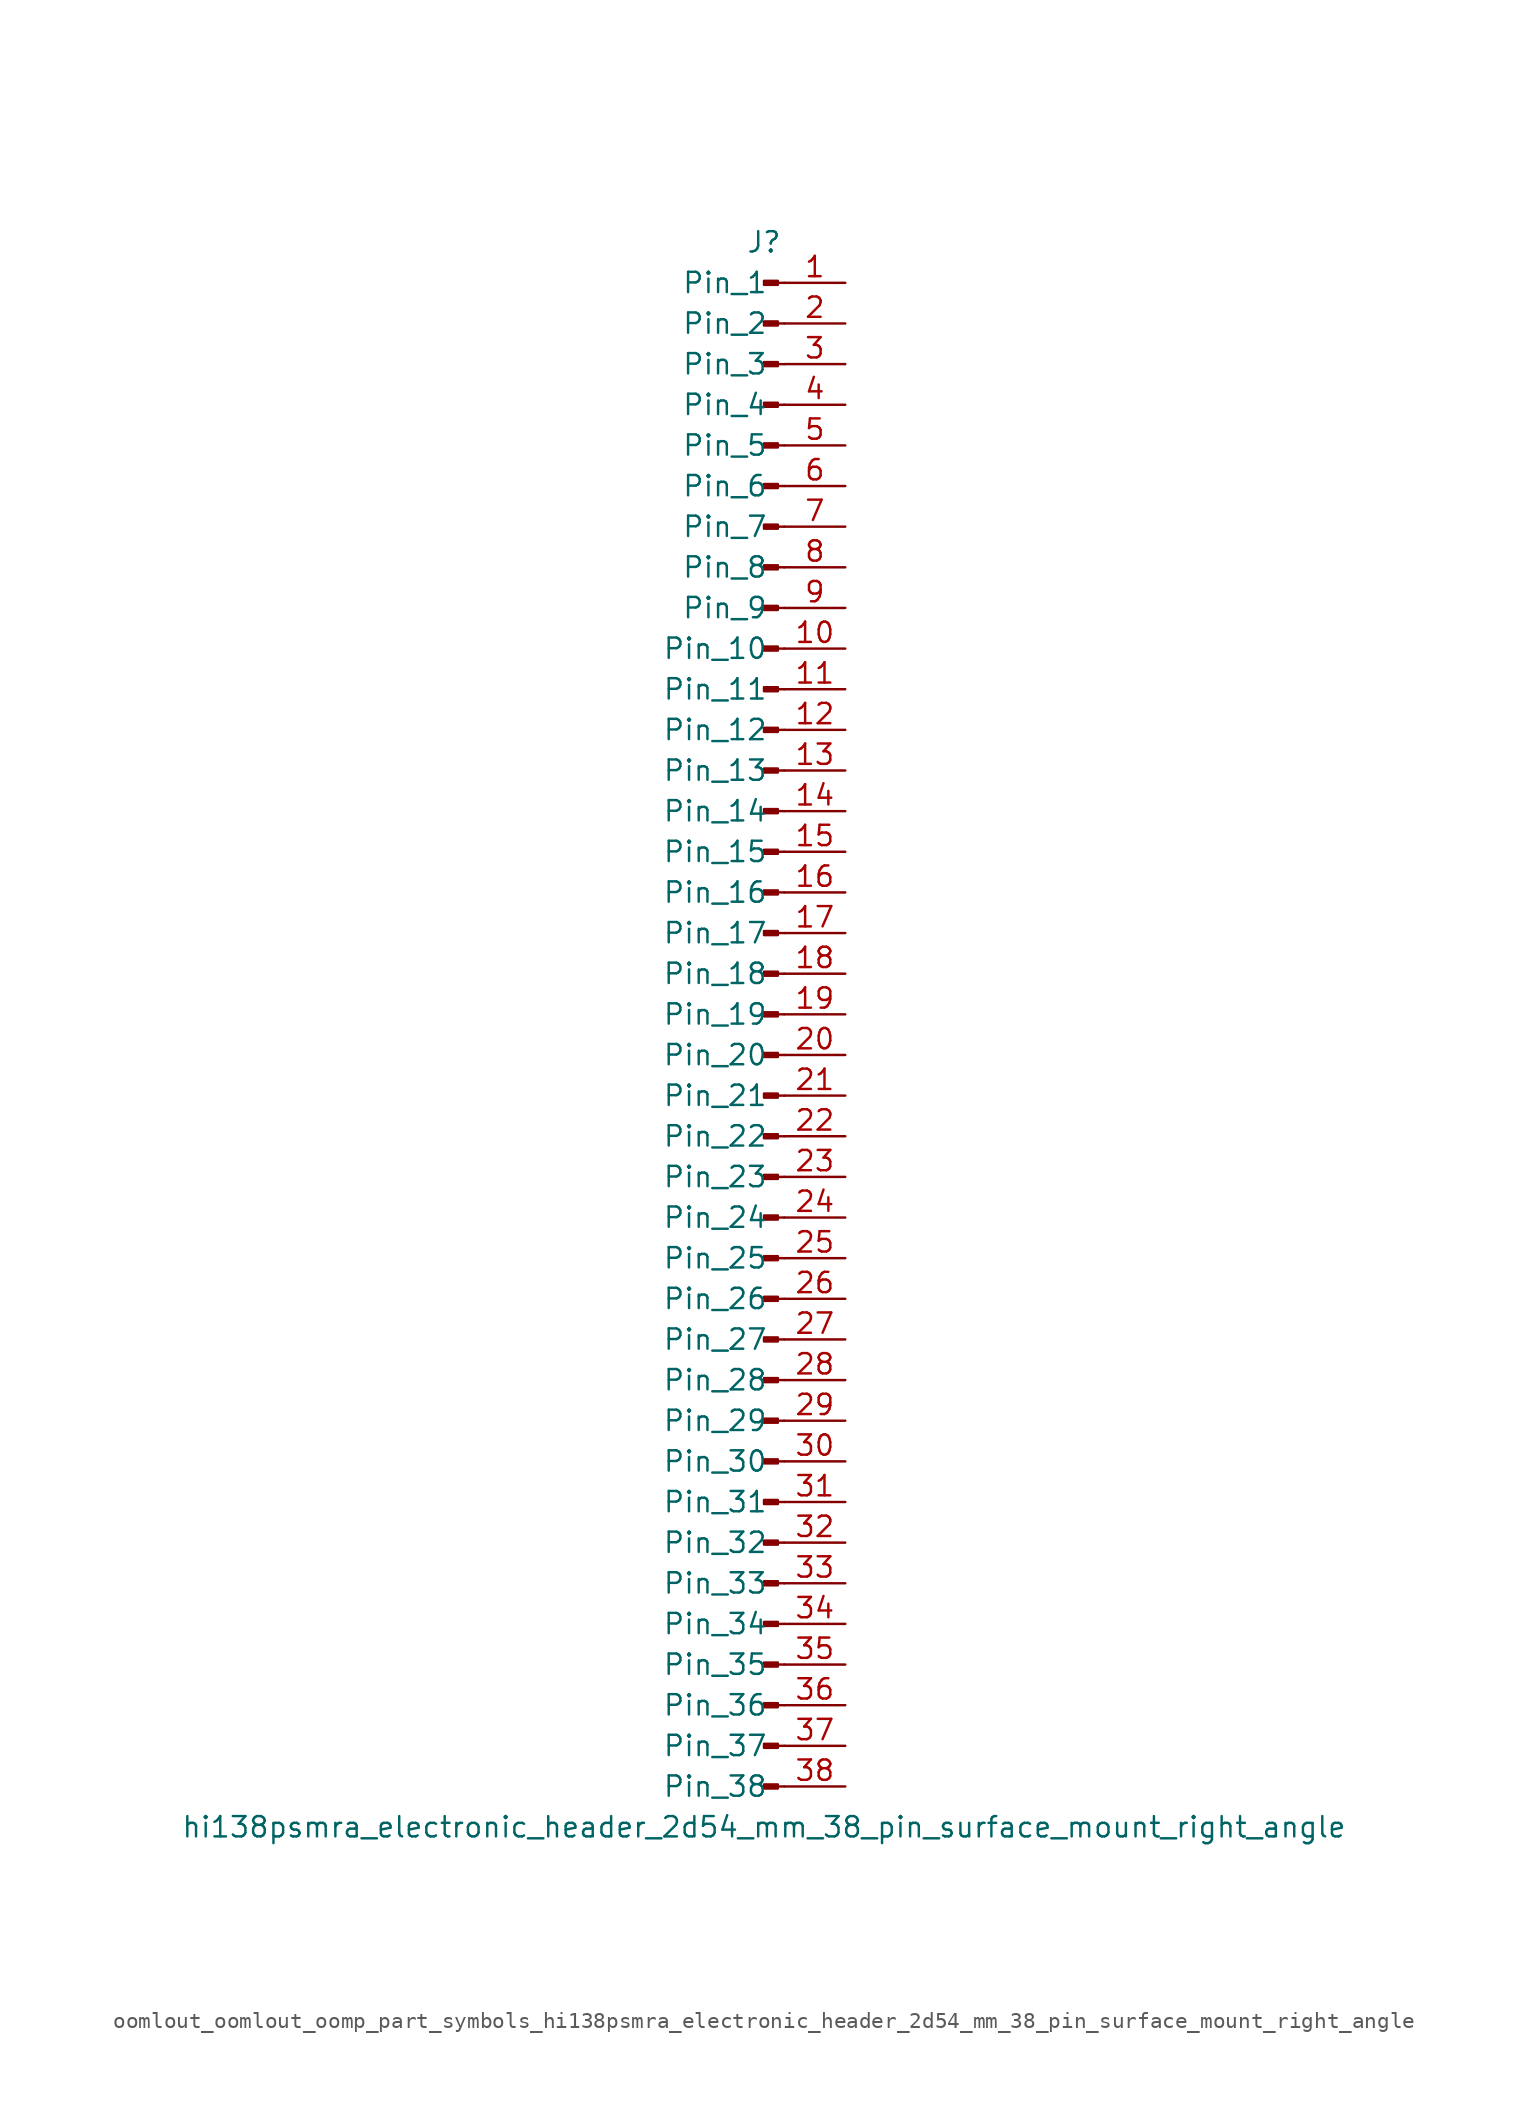
<source format=kicad_sym>
(kicad_symbol_lib
  (version 20220914)
  (generator kicad_symbol_editor)
  (symbol "oomlout_oomlout_oomp_part_symbols_hi138psmra_electronic_header_2d54_mm_38_pin_surface_mount_right_angle"
    (pin_names
      (offset 1.016))
    (property "Reference" "J"
      (at 0 48.26 0)
      (effects (font (size 1.27 1.27))))
    (property "Value" "hi138psmra_electronic_header_2d54_mm_38_pin_surface_mount_right_angle"
      (at 0 -50.8 0)
      (effects (font (size 1.27 1.27))))
    (property "ki_locked" ""
      (at 0 0 0)
      (effects (font (size 1.27 1.27))))
    (symbol "oomlout_oomlout_oomp_part_symbols_hi138psmra_electronic_header_2d54_mm_38_pin_surface_mount_right_angle_1_1"
      (polyline (pts (xy 1.27 -48.26) (xy 0.864 -48.26)) (stroke (width 0.152) (type default)) (fill (type none)))
      (polyline (pts (xy 1.27 -45.72) (xy 0.864 -45.72)) (stroke (width 0.152) (type default)) (fill (type none)))
      (polyline (pts (xy 1.27 -43.18) (xy 0.864 -43.18)) (stroke (width 0.152) (type default)) (fill (type none)))
      (polyline (pts (xy 1.27 -40.64) (xy 0.864 -40.64)) (stroke (width 0.152) (type default)) (fill (type none)))
      (polyline (pts (xy 1.27 -38.1) (xy 0.864 -38.1)) (stroke (width 0.152) (type default)) (fill (type none)))
      (polyline (pts (xy 1.27 -35.56) (xy 0.864 -35.56)) (stroke (width 0.152) (type default)) (fill (type none)))
      (polyline (pts (xy 1.27 -33.02) (xy 0.864 -33.02)) (stroke (width 0.152) (type default)) (fill (type none)))
      (polyline (pts (xy 1.27 -30.48) (xy 0.864 -30.48)) (stroke (width 0.152) (type default)) (fill (type none)))
      (polyline (pts (xy 1.27 -27.94) (xy 0.864 -27.94)) (stroke (width 0.152) (type default)) (fill (type none)))
      (polyline (pts (xy 1.27 -25.4) (xy 0.864 -25.4)) (stroke (width 0.152) (type default)) (fill (type none)))
      (polyline (pts (xy 1.27 -22.86) (xy 0.864 -22.86)) (stroke (width 0.152) (type default)) (fill (type none)))
      (polyline (pts (xy 1.27 -20.32) (xy 0.864 -20.32)) (stroke (width 0.152) (type default)) (fill (type none)))
      (polyline (pts (xy 1.27 -17.78) (xy 0.864 -17.78)) (stroke (width 0.152) (type default)) (fill (type none)))
      (polyline (pts (xy 1.27 -15.24) (xy 0.864 -15.24)) (stroke (width 0.152) (type default)) (fill (type none)))
      (polyline (pts (xy 1.27 -12.7) (xy 0.864 -12.7)) (stroke (width 0.152) (type default)) (fill (type none)))
      (polyline (pts (xy 1.27 -10.16) (xy 0.864 -10.16)) (stroke (width 0.152) (type default)) (fill (type none)))
      (polyline (pts (xy 1.27 -7.62) (xy 0.864 -7.62)) (stroke (width 0.152) (type default)) (fill (type none)))
      (polyline (pts (xy 1.27 -5.08) (xy 0.864 -5.08)) (stroke (width 0.152) (type default)) (fill (type none)))
      (polyline (pts (xy 1.27 -2.54) (xy 0.864 -2.54)) (stroke (width 0.152) (type default)) (fill (type none)))
      (polyline (pts (xy 1.27 0) (xy 0.864 0)) (stroke (width 0.152) (type default)) (fill (type none)))
      (polyline (pts (xy 1.27 2.54) (xy 0.864 2.54)) (stroke (width 0.152) (type default)) (fill (type none)))
      (polyline (pts (xy 1.27 5.08) (xy 0.864 5.08)) (stroke (width 0.152) (type default)) (fill (type none)))
      (polyline (pts (xy 1.27 7.62) (xy 0.864 7.62)) (stroke (width 0.152) (type default)) (fill (type none)))
      (polyline (pts (xy 1.27 10.16) (xy 0.864 10.16)) (stroke (width 0.152) (type default)) (fill (type none)))
      (polyline (pts (xy 1.27 12.7) (xy 0.864 12.7)) (stroke (width 0.152) (type default)) (fill (type none)))
      (polyline (pts (xy 1.27 15.24) (xy 0.864 15.24)) (stroke (width 0.152) (type default)) (fill (type none)))
      (polyline (pts (xy 1.27 17.78) (xy 0.864 17.78)) (stroke (width 0.152) (type default)) (fill (type none)))
      (polyline (pts (xy 1.27 20.32) (xy 0.864 20.32)) (stroke (width 0.152) (type default)) (fill (type none)))
      (polyline (pts (xy 1.27 22.86) (xy 0.864 22.86)) (stroke (width 0.152) (type default)) (fill (type none)))
      (polyline (pts (xy 1.27 25.4) (xy 0.864 25.4)) (stroke (width 0.152) (type default)) (fill (type none)))
      (polyline (pts (xy 1.27 27.94) (xy 0.864 27.94)) (stroke (width 0.152) (type default)) (fill (type none)))
      (polyline (pts (xy 1.27 30.48) (xy 0.864 30.48)) (stroke (width 0.152) (type default)) (fill (type none)))
      (polyline (pts (xy 1.27 33.02) (xy 0.864 33.02)) (stroke (width 0.152) (type default)) (fill (type none)))
      (polyline (pts (xy 1.27 35.56) (xy 0.864 35.56)) (stroke (width 0.152) (type default)) (fill (type none)))
      (polyline (pts (xy 1.27 38.1) (xy 0.864 38.1)) (stroke (width 0.152) (type default)) (fill (type none)))
      (polyline (pts (xy 1.27 40.64) (xy 0.864 40.64)) (stroke (width 0.152) (type default)) (fill (type none)))
      (polyline (pts (xy 1.27 43.18) (xy 0.864 43.18)) (stroke (width 0.152) (type default)) (fill (type none)))
      (polyline (pts (xy 1.27 45.72) (xy 0.864 45.72)) (stroke (width 0.152) (type default)) (fill (type none)))
      (rectangle (start 0.864 -48.133) (end 0 -48.387) (stroke (width 0.152) (type default)) (fill (type outline)))
      (rectangle (start 0.864 -45.593) (end 0 -45.847) (stroke (width 0.152) (type default)) (fill (type outline)))
      (rectangle (start 0.864 -43.053) (end 0 -43.307) (stroke (width 0.152) (type default)) (fill (type outline)))
      (rectangle (start 0.864 -40.513) (end 0 -40.767) (stroke (width 0.152) (type default)) (fill (type outline)))
      (rectangle (start 0.864 -37.973) (end 0 -38.227) (stroke (width 0.152) (type default)) (fill (type outline)))
      (rectangle (start 0.864 -35.433) (end 0 -35.687) (stroke (width 0.152) (type default)) (fill (type outline)))
      (rectangle (start 0.864 -32.893) (end 0 -33.147) (stroke (width 0.152) (type default)) (fill (type outline)))
      (rectangle (start 0.864 -30.353) (end 0 -30.607) (stroke (width 0.152) (type default)) (fill (type outline)))
      (rectangle (start 0.864 -27.813) (end 0 -28.067) (stroke (width 0.152) (type default)) (fill (type outline)))
      (rectangle (start 0.864 -25.273) (end 0 -25.527) (stroke (width 0.152) (type default)) (fill (type outline)))
      (rectangle (start 0.864 -22.733) (end 0 -22.987) (stroke (width 0.152) (type default)) (fill (type outline)))
      (rectangle (start 0.864 -20.193) (end 0 -20.447) (stroke (width 0.152) (type default)) (fill (type outline)))
      (rectangle (start 0.864 -17.653) (end 0 -17.907) (stroke (width 0.152) (type default)) (fill (type outline)))
      (rectangle (start 0.864 -15.113) (end 0 -15.367) (stroke (width 0.152) (type default)) (fill (type outline)))
      (rectangle (start 0.864 -12.573) (end 0 -12.827) (stroke (width 0.152) (type default)) (fill (type outline)))
      (rectangle (start 0.864 -10.033) (end 0 -10.287) (stroke (width 0.152) (type default)) (fill (type outline)))
      (rectangle (start 0.864 -7.493) (end 0 -7.747) (stroke (width 0.152) (type default)) (fill (type outline)))
      (rectangle (start 0.864 -4.953) (end 0 -5.207) (stroke (width 0.152) (type default)) (fill (type outline)))
      (rectangle (start 0.864 -2.413) (end 0 -2.667) (stroke (width 0.152) (type default)) (fill (type outline)))
      (rectangle (start 0.864 0.127) (end 0 -0.127) (stroke (width 0.152) (type default)) (fill (type outline)))
      (rectangle (start 0.864 2.667) (end 0 2.413) (stroke (width 0.152) (type default)) (fill (type outline)))
      (rectangle (start 0.864 5.207) (end 0 4.953) (stroke (width 0.152) (type default)) (fill (type outline)))
      (rectangle (start 0.864 7.747) (end 0 7.493) (stroke (width 0.152) (type default)) (fill (type outline)))
      (rectangle (start 0.864 10.287) (end 0 10.033) (stroke (width 0.152) (type default)) (fill (type outline)))
      (rectangle (start 0.864 12.827) (end 0 12.573) (stroke (width 0.152) (type default)) (fill (type outline)))
      (rectangle (start 0.864 15.367) (end 0 15.113) (stroke (width 0.152) (type default)) (fill (type outline)))
      (rectangle (start 0.864 17.907) (end 0 17.653) (stroke (width 0.152) (type default)) (fill (type outline)))
      (rectangle (start 0.864 20.447) (end 0 20.193) (stroke (width 0.152) (type default)) (fill (type outline)))
      (rectangle (start 0.864 22.987) (end 0 22.733) (stroke (width 0.152) (type default)) (fill (type outline)))
      (rectangle (start 0.864 25.527) (end 0 25.273) (stroke (width 0.152) (type default)) (fill (type outline)))
      (rectangle (start 0.864 28.067) (end 0 27.813) (stroke (width 0.152) (type default)) (fill (type outline)))
      (rectangle (start 0.864 30.607) (end 0 30.353) (stroke (width 0.152) (type default)) (fill (type outline)))
      (rectangle (start 0.864 33.147) (end 0 32.893) (stroke (width 0.152) (type default)) (fill (type outline)))
      (rectangle (start 0.864 35.687) (end 0 35.433) (stroke (width 0.152) (type default)) (fill (type outline)))
      (rectangle (start 0.864 38.227) (end 0 37.973) (stroke (width 0.152) (type default)) (fill (type outline)))
      (rectangle (start 0.864 40.767) (end 0 40.513) (stroke (width 0.152) (type default)) (fill (type outline)))
      (rectangle (start 0.864 43.307) (end 0 43.053) (stroke (width 0.152) (type default)) (fill (type outline)))
      (rectangle (start 0.864 45.847) (end 0 45.593) (stroke (width 0.152) (type default)) (fill (type outline)))
      (pin passive line (at 5.08 45.72 180) (length 3.81) (name "Pin_1" (effects (font (size 1.27 1.27)))) (number "1" (effects (font (size 1.27 1.27)))))
      (pin passive line (at 5.08 22.86 180) (length 3.81) (name "Pin_10" (effects (font (size 1.27 1.27)))) (number "10" (effects (font (size 1.27 1.27)))))
      (pin passive line (at 5.08 20.32 180) (length 3.81) (name "Pin_11" (effects (font (size 1.27 1.27)))) (number "11" (effects (font (size 1.27 1.27)))))
      (pin passive line (at 5.08 17.78 180) (length 3.81) (name "Pin_12" (effects (font (size 1.27 1.27)))) (number "12" (effects (font (size 1.27 1.27)))))
      (pin passive line (at 5.08 15.24 180) (length 3.81) (name "Pin_13" (effects (font (size 1.27 1.27)))) (number "13" (effects (font (size 1.27 1.27)))))
      (pin passive line (at 5.08 12.7 180) (length 3.81) (name "Pin_14" (effects (font (size 1.27 1.27)))) (number "14" (effects (font (size 1.27 1.27)))))
      (pin passive line (at 5.08 10.16 180) (length 3.81) (name "Pin_15" (effects (font (size 1.27 1.27)))) (number "15" (effects (font (size 1.27 1.27)))))
      (pin passive line (at 5.08 7.62 180) (length 3.81) (name "Pin_16" (effects (font (size 1.27 1.27)))) (number "16" (effects (font (size 1.27 1.27)))))
      (pin passive line (at 5.08 5.08 180) (length 3.81) (name "Pin_17" (effects (font (size 1.27 1.27)))) (number "17" (effects (font (size 1.27 1.27)))))
      (pin passive line (at 5.08 2.54 180) (length 3.81) (name "Pin_18" (effects (font (size 1.27 1.27)))) (number "18" (effects (font (size 1.27 1.27)))))
      (pin passive line (at 5.08 0 180) (length 3.81) (name "Pin_19" (effects (font (size 1.27 1.27)))) (number "19" (effects (font (size 1.27 1.27)))))
      (pin passive line (at 5.08 43.18 180) (length 3.81) (name "Pin_2" (effects (font (size 1.27 1.27)))) (number "2" (effects (font (size 1.27 1.27)))))
      (pin passive line (at 5.08 -2.54 180) (length 3.81) (name "Pin_20" (effects (font (size 1.27 1.27)))) (number "20" (effects (font (size 1.27 1.27)))))
      (pin passive line (at 5.08 -5.08 180) (length 3.81) (name "Pin_21" (effects (font (size 1.27 1.27)))) (number "21" (effects (font (size 1.27 1.27)))))
      (pin passive line (at 5.08 -7.62 180) (length 3.81) (name "Pin_22" (effects (font (size 1.27 1.27)))) (number "22" (effects (font (size 1.27 1.27)))))
      (pin passive line (at 5.08 -10.16 180) (length 3.81) (name "Pin_23" (effects (font (size 1.27 1.27)))) (number "23" (effects (font (size 1.27 1.27)))))
      (pin passive line (at 5.08 -12.7 180) (length 3.81) (name "Pin_24" (effects (font (size 1.27 1.27)))) (number "24" (effects (font (size 1.27 1.27)))))
      (pin passive line (at 5.08 -15.24 180) (length 3.81) (name "Pin_25" (effects (font (size 1.27 1.27)))) (number "25" (effects (font (size 1.27 1.27)))))
      (pin passive line (at 5.08 -17.78 180) (length 3.81) (name "Pin_26" (effects (font (size 1.27 1.27)))) (number "26" (effects (font (size 1.27 1.27)))))
      (pin passive line (at 5.08 -20.32 180) (length 3.81) (name "Pin_27" (effects (font (size 1.27 1.27)))) (number "27" (effects (font (size 1.27 1.27)))))
      (pin passive line (at 5.08 -22.86 180) (length 3.81) (name "Pin_28" (effects (font (size 1.27 1.27)))) (number "28" (effects (font (size 1.27 1.27)))))
      (pin passive line (at 5.08 -25.4 180) (length 3.81) (name "Pin_29" (effects (font (size 1.27 1.27)))) (number "29" (effects (font (size 1.27 1.27)))))
      (pin passive line (at 5.08 40.64 180) (length 3.81) (name "Pin_3" (effects (font (size 1.27 1.27)))) (number "3" (effects (font (size 1.27 1.27)))))
      (pin passive line (at 5.08 -27.94 180) (length 3.81) (name "Pin_30" (effects (font (size 1.27 1.27)))) (number "30" (effects (font (size 1.27 1.27)))))
      (pin passive line (at 5.08 -30.48 180) (length 3.81) (name "Pin_31" (effects (font (size 1.27 1.27)))) (number "31" (effects (font (size 1.27 1.27)))))
      (pin passive line (at 5.08 -33.02 180) (length 3.81) (name "Pin_32" (effects (font (size 1.27 1.27)))) (number "32" (effects (font (size 1.27 1.27)))))
      (pin passive line (at 5.08 -35.56 180) (length 3.81) (name "Pin_33" (effects (font (size 1.27 1.27)))) (number "33" (effects (font (size 1.27 1.27)))))
      (pin passive line (at 5.08 -38.1 180) (length 3.81) (name "Pin_34" (effects (font (size 1.27 1.27)))) (number "34" (effects (font (size 1.27 1.27)))))
      (pin passive line (at 5.08 -40.64 180) (length 3.81) (name "Pin_35" (effects (font (size 1.27 1.27)))) (number "35" (effects (font (size 1.27 1.27)))))
      (pin passive line (at 5.08 -43.18 180) (length 3.81) (name "Pin_36" (effects (font (size 1.27 1.27)))) (number "36" (effects (font (size 1.27 1.27)))))
      (pin passive line (at 5.08 -45.72 180) (length 3.81) (name "Pin_37" (effects (font (size 1.27 1.27)))) (number "37" (effects (font (size 1.27 1.27)))))
      (pin passive line (at 5.08 -48.26 180) (length 3.81) (name "Pin_38" (effects (font (size 1.27 1.27)))) (number "38" (effects (font (size 1.27 1.27)))))
      (pin passive line (at 5.08 38.1 180) (length 3.81) (name "Pin_4" (effects (font (size 1.27 1.27)))) (number "4" (effects (font (size 1.27 1.27)))))
      (pin passive line (at 5.08 35.56 180) (length 3.81) (name "Pin_5" (effects (font (size 1.27 1.27)))) (number "5" (effects (font (size 1.27 1.27)))))
      (pin passive line (at 5.08 33.02 180) (length 3.81) (name "Pin_6" (effects (font (size 1.27 1.27)))) (number "6" (effects (font (size 1.27 1.27)))))
      (pin passive line (at 5.08 30.48 180) (length 3.81) (name "Pin_7" (effects (font (size 1.27 1.27)))) (number "7" (effects (font (size 1.27 1.27)))))
      (pin passive line (at 5.08 27.94 180) (length 3.81) (name "Pin_8" (effects (font (size 1.27 1.27)))) (number "8" (effects (font (size 1.27 1.27)))))
      (pin passive line (at 5.08 25.4 180) (length 3.81) (name "Pin_9" (effects (font (size 1.27 1.27)))) (number "9" (effects (font (size 1.27 1.27))))))))
</source>
